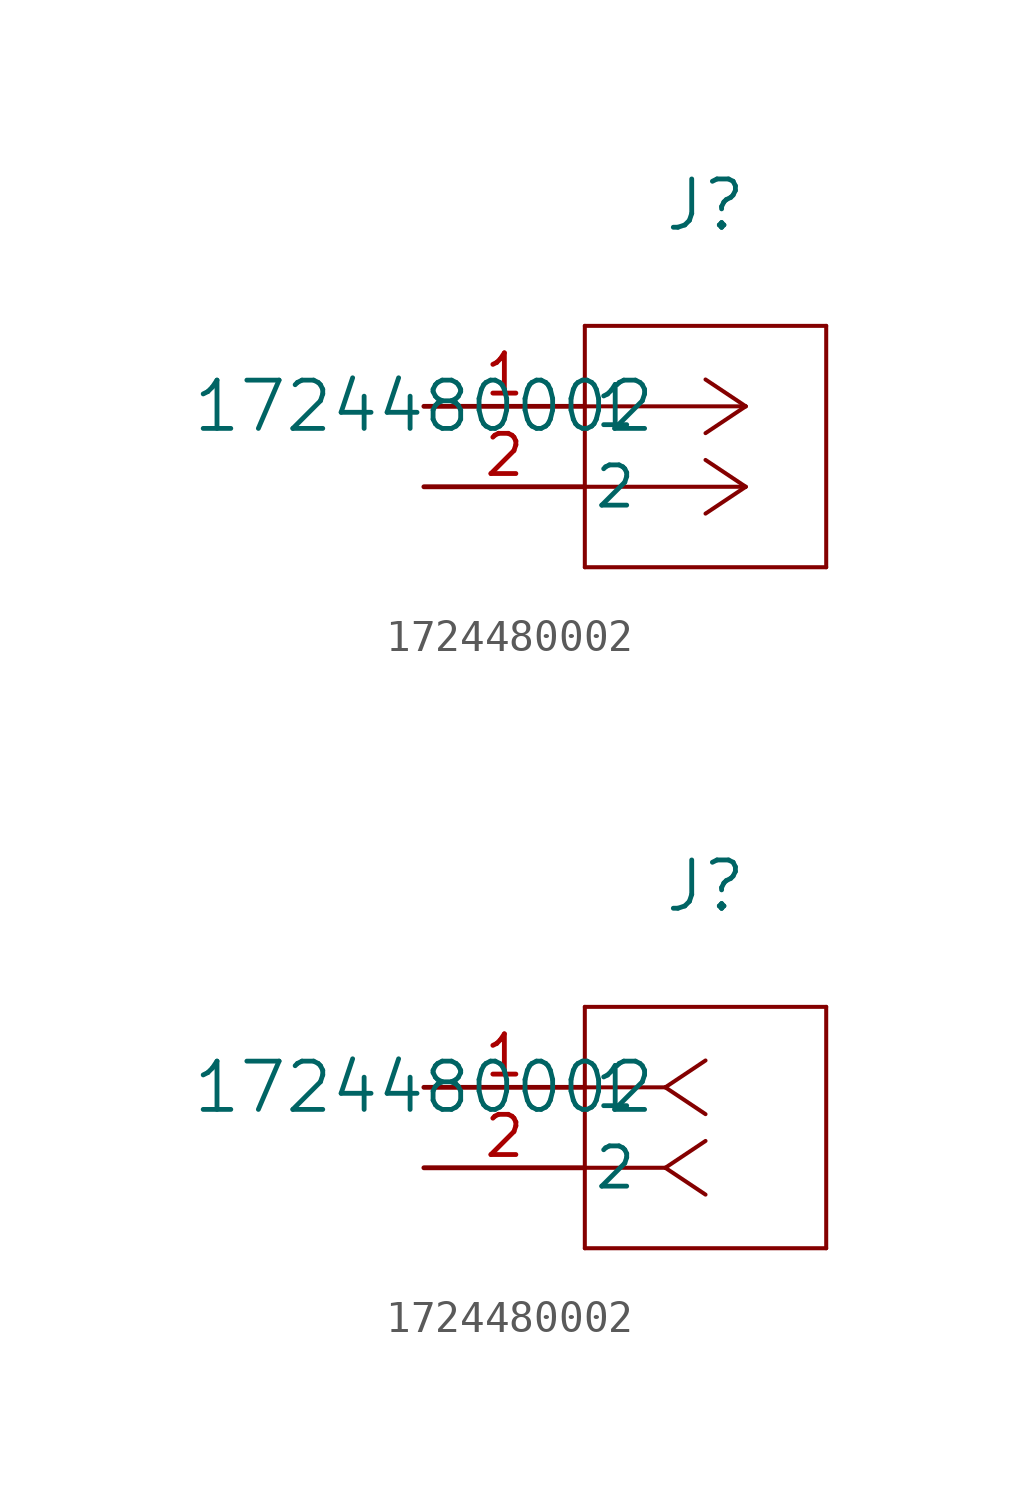
<source format=kicad_sym>
(kicad_symbol_lib
  (version 20211014)
  (generator kicad_symbol_editor)
  (symbol "1724480002"
    (pin_names
      (offset 0.254))
    (property "Reference" "J"
      (at 8.89 6.35 0)
      (effects (font (size 1.524 1.524))))
    (property "Value" "1724480002"
      (at 0 0 0)
      (effects (font (size 1.524 1.524))))
    (symbol "1724480002_1_1"
      (polyline (pts (xy 10.16 0) (xy 5.08 0)) (stroke (width 0.127) (type default) (color 0 0 0 0)) (fill (type none)))
      (polyline (pts (xy 10.16 -2.54) (xy 5.08 -2.54)) (stroke (width 0.127) (type default) (color 0 0 0 0)) (fill (type none)))
      (polyline (pts (xy 10.16 0) (xy 8.89 0.847)) (stroke (width 0.127) (type default) (color 0 0 0 0)) (fill (type none)))
      (polyline (pts (xy 10.16 -2.54) (xy 8.89 -1.693)) (stroke (width 0.127) (type default) (color 0 0 0 0)) (fill (type none)))
      (polyline (pts (xy 10.16 0) (xy 8.89 -0.847)) (stroke (width 0.127) (type default) (color 0 0 0 0)) (fill (type none)))
      (polyline (pts (xy 10.16 -2.54) (xy 8.89 -3.387)) (stroke (width 0.127) (type default) (color 0 0 0 0)) (fill (type none)))
      (polyline (pts (xy 5.08 2.54) (xy 5.08 -5.08)) (stroke (width 0.127) (type default) (color 0 0 0 0)) (fill (type none)))
      (polyline (pts (xy 5.08 -5.08) (xy 12.7 -5.08)) (stroke (width 0.127) (type default) (color 0 0 0 0)) (fill (type none)))
      (polyline (pts (xy 12.7 -5.08) (xy 12.7 2.54)) (stroke (width 0.127) (type default) (color 0 0 0 0)) (fill (type none)))
      (polyline (pts (xy 12.7 2.54) (xy 5.08 2.54)) (stroke (width 0.127) (type default) (color 0 0 0 0)) (fill (type none)))
      (pin unspecified line (at 0 0 0) (length 5.08) (name "1" (effects (font (size 1.27 1.27)))) (number "1" (effects (font (size 1.27 1.27)))))
      (pin unspecified line (at 0 -2.54 0) (length 5.08) (name "2" (effects (font (size 1.27 1.27)))) (number "2" (effects (font (size 1.27 1.27))))))
    (symbol "1724480002_1_2"
      (polyline (pts (xy 7.62 0) (xy 5.08 0)) (stroke (width 0.127) (type default) (color 0 0 0 0)) (fill (type none)))
      (polyline (pts (xy 7.62 -2.54) (xy 5.08 -2.54)) (stroke (width 0.127) (type default) (color 0 0 0 0)) (fill (type none)))
      (polyline (pts (xy 7.62 0) (xy 8.89 0.847)) (stroke (width 0.127) (type default) (color 0 0 0 0)) (fill (type none)))
      (polyline (pts (xy 7.62 -2.54) (xy 8.89 -1.693)) (stroke (width 0.127) (type default) (color 0 0 0 0)) (fill (type none)))
      (polyline (pts (xy 7.62 0) (xy 8.89 -0.847)) (stroke (width 0.127) (type default) (color 0 0 0 0)) (fill (type none)))
      (polyline (pts (xy 7.62 -2.54) (xy 8.89 -3.387)) (stroke (width 0.127) (type default) (color 0 0 0 0)) (fill (type none)))
      (polyline (pts (xy 5.08 2.54) (xy 5.08 -5.08)) (stroke (width 0.127) (type default) (color 0 0 0 0)) (fill (type none)))
      (polyline (pts (xy 5.08 -5.08) (xy 12.7 -5.08)) (stroke (width 0.127) (type default) (color 0 0 0 0)) (fill (type none)))
      (polyline (pts (xy 12.7 -5.08) (xy 12.7 2.54)) (stroke (width 0.127) (type default) (color 0 0 0 0)) (fill (type none)))
      (polyline (pts (xy 12.7 2.54) (xy 5.08 2.54)) (stroke (width 0.127) (type default) (color 0 0 0 0)) (fill (type none)))
      (pin unspecified line (at 0 0 0) (length 5.08) (name "1" (effects (font (size 1.27 1.27)))) (number "1" (effects (font (size 1.27 1.27)))))
      (pin unspecified line (at 0 -2.54 0) (length 5.08) (name "2" (effects (font (size 1.27 1.27)))) (number "2" (effects (font (size 1.27 1.27))))))))
</source>
